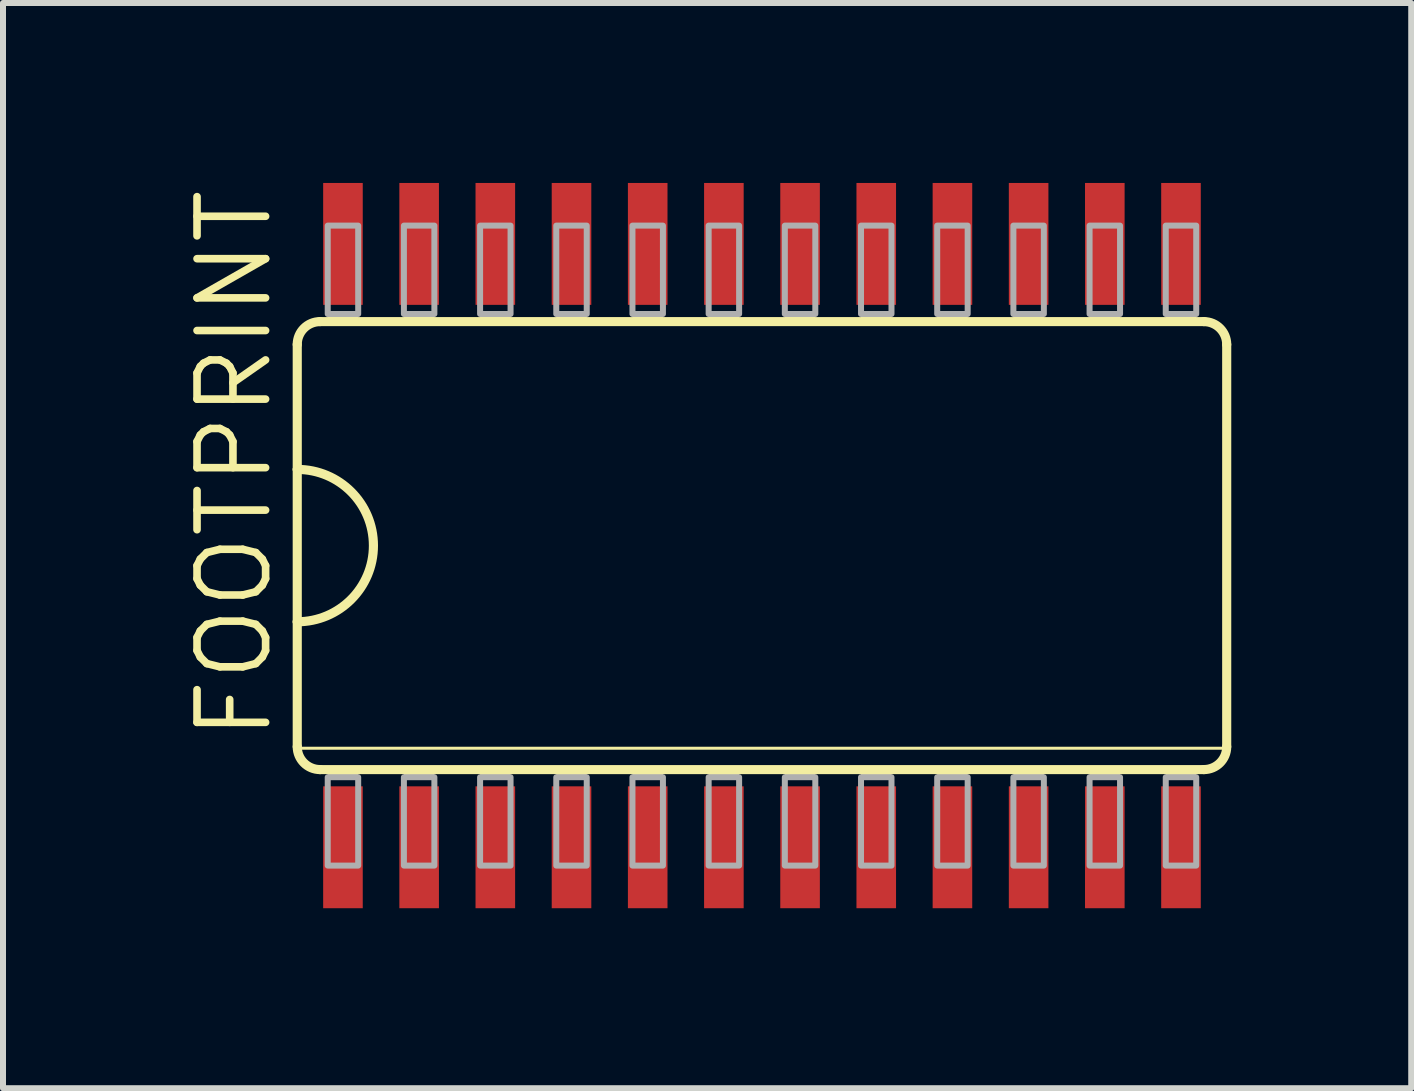
<source format=kicad_pcb>
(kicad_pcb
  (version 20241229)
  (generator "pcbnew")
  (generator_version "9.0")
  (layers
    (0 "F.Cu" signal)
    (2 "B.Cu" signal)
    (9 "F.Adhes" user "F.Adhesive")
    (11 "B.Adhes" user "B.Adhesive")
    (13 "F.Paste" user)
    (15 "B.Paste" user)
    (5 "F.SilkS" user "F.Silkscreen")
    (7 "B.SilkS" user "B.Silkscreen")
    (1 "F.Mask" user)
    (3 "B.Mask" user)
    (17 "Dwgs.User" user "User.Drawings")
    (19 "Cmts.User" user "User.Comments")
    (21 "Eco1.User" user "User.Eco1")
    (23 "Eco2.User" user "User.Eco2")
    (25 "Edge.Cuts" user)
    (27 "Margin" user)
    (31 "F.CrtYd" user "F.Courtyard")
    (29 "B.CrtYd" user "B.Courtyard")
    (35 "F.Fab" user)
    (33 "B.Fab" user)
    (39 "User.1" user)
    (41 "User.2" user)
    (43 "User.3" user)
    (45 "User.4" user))
  (footprint "FOOTPRINT"
    (layer "F.Cu")
    (at 9.652 6.045)
    (property "Reference" "FOOTPRINT" (at -8.128 3.302 90) (layer "F.SilkS") (effects (font (size 1.143 1.143) (thickness 0.127)) (justify left bottom)))
    (fp_line (start -7.747 -3.353) (end -7.747 -1.27) (stroke (width 0.152) (type solid)) (layer "F.SilkS"))
    (fp_line (start -7.747 -1.27) (end -7.747 1.27) (stroke (width 0.152) (type solid)) (layer "F.SilkS"))
    (fp_line (start -7.747 1.27) (end -7.747 3.353) (stroke (width 0.152) (type solid)) (layer "F.SilkS"))
    (fp_line (start -7.747 3.378) (end 7.747 3.378) (stroke (width 0.051) (type solid)) (layer "F.SilkS"))
    (fp_line (start -7.366 3.734) (end 7.366 3.734) (stroke (width 0.152) (type solid)) (layer "F.SilkS"))
    (fp_line (start 7.366 -3.734) (end -7.366 -3.734) (stroke (width 0.152) (type solid)) (layer "F.SilkS"))
    (fp_line (start 7.747 3.353) (end 7.747 -3.353) (stroke (width 0.152) (type solid)) (layer "F.SilkS"))
    (fp_arc (start -7.747 -3.3528) (mid -7.635408 -3.622208) (end -7.366 -3.7338) (stroke (width 0.1524) (type solid)) (layer "F.SilkS"))
    (fp_arc (start -7.747 -1.27) (mid -6.477 0) (end -7.747 1.27) (stroke (width 0.1524) (type solid)) (layer "F.SilkS"))
    (fp_arc (start -7.366 3.7338) (mid -7.635408 3.622208) (end -7.747 3.3528) (stroke (width 0.1524) (type solid)) (layer "F.SilkS"))
    (fp_arc (start 7.366 -3.7338) (mid 7.635408 -3.622208) (end 7.747 -3.3528) (stroke (width 0.1524) (type solid)) (layer "F.SilkS"))
    (fp_arc (start 7.747 3.3528) (mid 7.635408 3.622208) (end 7.366 3.7338) (stroke (width 0.1524) (type solid)) (layer "F.SilkS"))
    (fp_poly (pts (xy -7.239 -3.734) (xy -6.731 -3.734) (xy -6.731 -3.861) (xy -7.239 -3.861)) (stroke (width 0) (type solid)) (fill yes) (layer "F.SilkS"))
    (fp_poly (pts (xy -7.239 3.861) (xy -6.731 3.861) (xy -6.731 3.734) (xy -7.239 3.734)) (stroke (width 0) (type solid)) (fill yes) (layer "F.SilkS"))
    (fp_poly (pts (xy -5.969 -3.734) (xy -5.461 -3.734) (xy -5.461 -3.861) (xy -5.969 -3.861)) (stroke (width 0) (type solid)) (fill yes) (layer "F.SilkS"))
    (fp_poly (pts (xy -5.969 3.861) (xy -5.461 3.861) (xy -5.461 3.734) (xy -5.969 3.734)) (stroke (width 0) (type solid)) (fill yes) (layer "F.SilkS"))
    (fp_poly (pts (xy -4.699 -3.734) (xy -4.191 -3.734) (xy -4.191 -3.861) (xy -4.699 -3.861)) (stroke (width 0) (type solid)) (fill yes) (layer "F.SilkS"))
    (fp_poly (pts (xy -4.699 3.861) (xy -4.191 3.861) (xy -4.191 3.734) (xy -4.699 3.734)) (stroke (width 0) (type solid)) (fill yes) (layer "F.SilkS"))
    (fp_poly (pts (xy -3.429 -3.734) (xy -2.921 -3.734) (xy -2.921 -3.861) (xy -3.429 -3.861)) (stroke (width 0) (type solid)) (fill yes) (layer "F.SilkS"))
    (fp_poly (pts (xy -3.429 3.861) (xy -2.921 3.861) (xy -2.921 3.734) (xy -3.429 3.734)) (stroke (width 0) (type solid)) (fill yes) (layer "F.SilkS"))
    (fp_poly (pts (xy -2.159 -3.734) (xy -1.651 -3.734) (xy -1.651 -3.861) (xy -2.159 -3.861)) (stroke (width 0) (type solid)) (fill yes) (layer "F.SilkS"))
    (fp_poly (pts (xy -2.159 3.861) (xy -1.651 3.861) (xy -1.651 3.734) (xy -2.159 3.734)) (stroke (width 0) (type solid)) (fill yes) (layer "F.SilkS"))
    (fp_poly (pts (xy -0.889 -3.734) (xy -0.381 -3.734) (xy -0.381 -3.861) (xy -0.889 -3.861)) (stroke (width 0) (type solid)) (fill yes) (layer "F.SilkS"))
    (fp_poly (pts (xy -0.889 3.861) (xy -0.381 3.861) (xy -0.381 3.734) (xy -0.889 3.734)) (stroke (width 0) (type solid)) (fill yes) (layer "F.SilkS"))
    (fp_poly (pts (xy 0.381 -3.734) (xy 0.889 -3.734) (xy 0.889 -3.861) (xy 0.381 -3.861)) (stroke (width 0) (type solid)) (fill yes) (layer "F.SilkS"))
    (fp_poly (pts (xy 0.381 3.861) (xy 0.889 3.861) (xy 0.889 3.734) (xy 0.381 3.734)) (stroke (width 0) (type solid)) (fill yes) (layer "F.SilkS"))
    (fp_poly (pts (xy 1.651 -3.734) (xy 2.159 -3.734) (xy 2.159 -3.861) (xy 1.651 -3.861)) (stroke (width 0) (type solid)) (fill yes) (layer "F.SilkS"))
    (fp_poly (pts (xy 1.651 3.861) (xy 2.159 3.861) (xy 2.159 3.734) (xy 1.651 3.734)) (stroke (width 0) (type solid)) (fill yes) (layer "F.SilkS"))
    (fp_poly (pts (xy 2.921 -3.734) (xy 3.429 -3.734) (xy 3.429 -3.861) (xy 2.921 -3.861)) (stroke (width 0) (type solid)) (fill yes) (layer "F.SilkS"))
    (fp_poly (pts (xy 2.921 3.861) (xy 3.429 3.861) (xy 3.429 3.734) (xy 2.921 3.734)) (stroke (width 0) (type solid)) (fill yes) (layer "F.SilkS"))
    (fp_poly (pts (xy 4.191 -3.734) (xy 4.699 -3.734) (xy 4.699 -3.861) (xy 4.191 -3.861)) (stroke (width 0) (type solid)) (fill yes) (layer "F.SilkS"))
    (fp_poly (pts (xy 4.191 3.861) (xy 4.699 3.861) (xy 4.699 3.734) (xy 4.191 3.734)) (stroke (width 0) (type solid)) (fill yes) (layer "F.SilkS"))
    (fp_poly (pts (xy 5.461 -3.734) (xy 5.969 -3.734) (xy 5.969 -3.861) (xy 5.461 -3.861)) (stroke (width 0) (type solid)) (fill yes) (layer "F.SilkS"))
    (fp_poly (pts (xy 5.461 3.861) (xy 5.969 3.861) (xy 5.969 3.734) (xy 5.461 3.734)) (stroke (width 0) (type solid)) (fill yes) (layer "F.SilkS"))
    (fp_poly (pts (xy 6.731 -3.734) (xy 7.239 -3.734) (xy 7.239 -3.861) (xy 6.731 -3.861)) (stroke (width 0) (type solid)) (fill yes) (layer "F.SilkS"))
    (fp_poly (pts (xy 6.731 3.861) (xy 7.239 3.861) (xy 7.239 3.734) (xy 6.731 3.734)) (stroke (width 0) (type solid)) (fill yes) (layer "F.SilkS"))
    (fp_poly (pts (xy -7.239 -3.861) (xy -6.731 -3.861) (xy -6.731 -5.334) (xy -7.239 -5.334)) (stroke (width 0.1) (type solid)) (fill no) (layer "F.Fab"))
    (fp_poly (pts (xy -7.239 5.334) (xy -6.731 5.334) (xy -6.731 3.861) (xy -7.239 3.861)) (stroke (width 0.1) (type solid)) (fill no) (layer "F.Fab"))
    (fp_poly (pts (xy -5.969 -3.861) (xy -5.461 -3.861) (xy -5.461 -5.334) (xy -5.969 -5.334)) (stroke (width 0.1) (type solid)) (fill no) (layer "F.Fab"))
    (fp_poly (pts (xy -5.969 5.334) (xy -5.461 5.334) (xy -5.461 3.861) (xy -5.969 3.861)) (stroke (width 0.1) (type solid)) (fill no) (layer "F.Fab"))
    (fp_poly (pts (xy -4.699 -3.861) (xy -4.191 -3.861) (xy -4.191 -5.334) (xy -4.699 -5.334)) (stroke (width 0.1) (type solid)) (fill no) (layer "F.Fab"))
    (fp_poly (pts (xy -4.699 5.334) (xy -4.191 5.334) (xy -4.191 3.861) (xy -4.699 3.861)) (stroke (width 0.1) (type solid)) (fill no) (layer "F.Fab"))
    (fp_poly (pts (xy -3.429 -3.861) (xy -2.921 -3.861) (xy -2.921 -5.334) (xy -3.429 -5.334)) (stroke (width 0.1) (type solid)) (fill no) (layer "F.Fab"))
    (fp_poly (pts (xy -3.429 5.334) (xy -2.921 5.334) (xy -2.921 3.861) (xy -3.429 3.861)) (stroke (width 0.1) (type solid)) (fill no) (layer "F.Fab"))
    (fp_poly (pts (xy -2.159 -3.861) (xy -1.651 -3.861) (xy -1.651 -5.334) (xy -2.159 -5.334)) (stroke (width 0.1) (type solid)) (fill no) (layer "F.Fab"))
    (fp_poly (pts (xy -2.159 5.334) (xy -1.651 5.334) (xy -1.651 3.861) (xy -2.159 3.861)) (stroke (width 0.1) (type solid)) (fill no) (layer "F.Fab"))
    (fp_poly (pts (xy -0.889 -3.861) (xy -0.381 -3.861) (xy -0.381 -5.334) (xy -0.889 -5.334)) (stroke (width 0.1) (type solid)) (fill no) (layer "F.Fab"))
    (fp_poly (pts (xy -0.889 5.334) (xy -0.381 5.334) (xy -0.381 3.861) (xy -0.889 3.861)) (stroke (width 0.1) (type solid)) (fill no) (layer "F.Fab"))
    (fp_poly (pts (xy 0.381 -3.861) (xy 0.889 -3.861) (xy 0.889 -5.334) (xy 0.381 -5.334)) (stroke (width 0.1) (type solid)) (fill no) (layer "F.Fab"))
    (fp_poly (pts (xy 0.381 5.334) (xy 0.889 5.334) (xy 0.889 3.861) (xy 0.381 3.861)) (stroke (width 0.1) (type solid)) (fill no) (layer "F.Fab"))
    (fp_poly (pts (xy 1.651 -3.861) (xy 2.159 -3.861) (xy 2.159 -5.334) (xy 1.651 -5.334)) (stroke (width 0.1) (type solid)) (fill no) (layer "F.Fab"))
    (fp_poly (pts (xy 1.651 5.334) (xy 2.159 5.334) (xy 2.159 3.861) (xy 1.651 3.861)) (stroke (width 0.1) (type solid)) (fill no) (layer "F.Fab"))
    (fp_poly (pts (xy 2.921 -3.861) (xy 3.429 -3.861) (xy 3.429 -5.334) (xy 2.921 -5.334)) (stroke (width 0.1) (type solid)) (fill no) (layer "F.Fab"))
    (fp_poly (pts (xy 2.921 5.334) (xy 3.429 5.334) (xy 3.429 3.861) (xy 2.921 3.861)) (stroke (width 0.1) (type solid)) (fill no) (layer "F.Fab"))
    (fp_poly (pts (xy 4.191 -3.861) (xy 4.699 -3.861) (xy 4.699 -5.334) (xy 4.191 -5.334)) (stroke (width 0.1) (type solid)) (fill no) (layer "F.Fab"))
    (fp_poly (pts (xy 4.191 5.334) (xy 4.699 5.334) (xy 4.699 3.861) (xy 4.191 3.861)) (stroke (width 0.1) (type solid)) (fill no) (layer "F.Fab"))
    (fp_poly (pts (xy 5.461 -3.861) (xy 5.969 -3.861) (xy 5.969 -5.334) (xy 5.461 -5.334)) (stroke (width 0.1) (type solid)) (fill no) (layer "F.Fab"))
    (fp_poly (pts (xy 5.461 5.334) (xy 5.969 5.334) (xy 5.969 3.861) (xy 5.461 3.861)) (stroke (width 0.1) (type solid)) (fill no) (layer "F.Fab"))
    (fp_poly (pts (xy 6.731 -3.861) (xy 7.239 -3.861) (xy 7.239 -5.334) (xy 6.731 -5.334)) (stroke (width 0.1) (type solid)) (fill no) (layer "F.Fab"))
    (fp_poly (pts (xy 6.731 5.334) (xy 7.239 5.334) (xy 7.239 3.861) (xy 6.731 3.861)) (stroke (width 0.1) (type solid)) (fill no) (layer "F.Fab"))
    (pad "1" smd rect (at -6.985 5.029) (size 0.66 2.032) (layers "F.Cu" "F.Mask" "F.Paste"))
    (pad "2" smd rect (at -5.715 5.029) (size 0.66 2.032) (layers "F.Cu" "F.Mask" "F.Paste"))
    (pad "3" smd rect (at -4.445 5.029) (size 0.66 2.032) (layers "F.Cu" "F.Mask" "F.Paste"))
    (pad "4" smd rect (at -3.175 5.029) (size 0.66 2.032) (layers "F.Cu" "F.Mask" "F.Paste"))
    (pad "5" smd rect (at -1.905 5.029) (size 0.66 2.032) (layers "F.Cu" "F.Mask" "F.Paste"))
    (pad "6" smd rect (at -0.635 5.029) (size 0.66 2.032) (layers "F.Cu" "F.Mask" "F.Paste"))
    (pad "7" smd rect (at 0.635 5.029) (size 0.66 2.032) (layers "F.Cu" "F.Mask" "F.Paste"))
    (pad "8" smd rect (at 1.905 5.029) (size 0.66 2.032) (layers "F.Cu" "F.Mask" "F.Paste"))
    (pad "9" smd rect (at 3.175 5.029) (size 0.66 2.032) (layers "F.Cu" "F.Mask" "F.Paste"))
    (pad "10" smd rect (at 4.445 5.029) (size 0.66 2.032) (layers "F.Cu" "F.Mask" "F.Paste"))
    (pad "11" smd rect (at 5.715 5.029) (size 0.66 2.032) (layers "F.Cu" "F.Mask" "F.Paste"))
    (pad "12" smd rect (at 6.985 5.029) (size 0.66 2.032) (layers "F.Cu" "F.Mask" "F.Paste"))
    (pad "13" smd rect (at 6.985 -5.029) (size 0.66 2.032) (layers "F.Cu" "F.Mask" "F.Paste"))
    (pad "14" smd rect (at 5.715 -5.029) (size 0.66 2.032) (layers "F.Cu" "F.Mask" "F.Paste"))
    (pad "15" smd rect (at 4.445 -5.029) (size 0.66 2.032) (layers "F.Cu" "F.Mask" "F.Paste"))
    (pad "16" smd rect (at 3.175 -5.029) (size 0.66 2.032) (layers "F.Cu" "F.Mask" "F.Paste"))
    (pad "17" smd rect (at 1.905 -5.029) (size 0.66 2.032) (layers "F.Cu" "F.Mask" "F.Paste"))
    (pad "18" smd rect (at 0.635 -5.029) (size 0.66 2.032) (layers "F.Cu" "F.Mask" "F.Paste"))
    (pad "19" smd rect (at -0.635 -5.029) (size 0.66 2.032) (layers "F.Cu" "F.Mask" "F.Paste"))
    (pad "20" smd rect (at -1.905 -5.029) (size 0.66 2.032) (layers "F.Cu" "F.Mask" "F.Paste"))
    (pad "21" smd rect (at -3.175 -5.029) (size 0.66 2.032) (layers "F.Cu" "F.Mask" "F.Paste"))
    (pad "22" smd rect (at -4.445 -5.029) (size 0.66 2.032) (layers "F.Cu" "F.Mask" "F.Paste"))
    (pad "23" smd rect (at -5.715 -5.029) (size 0.66 2.032) (layers "F.Cu" "F.Mask" "F.Paste"))
    (pad "24" smd rect (at -6.985 -5.029) (size 0.66 2.032) (layers "F.Cu" "F.Mask" "F.Paste")))
  (gr_rect
    (start -3 -3)
    (end 20.475 15.09)
    (stroke (width 0.1) (type default))
    (fill no)
    (layer "Edge.Cuts")))
</source>
